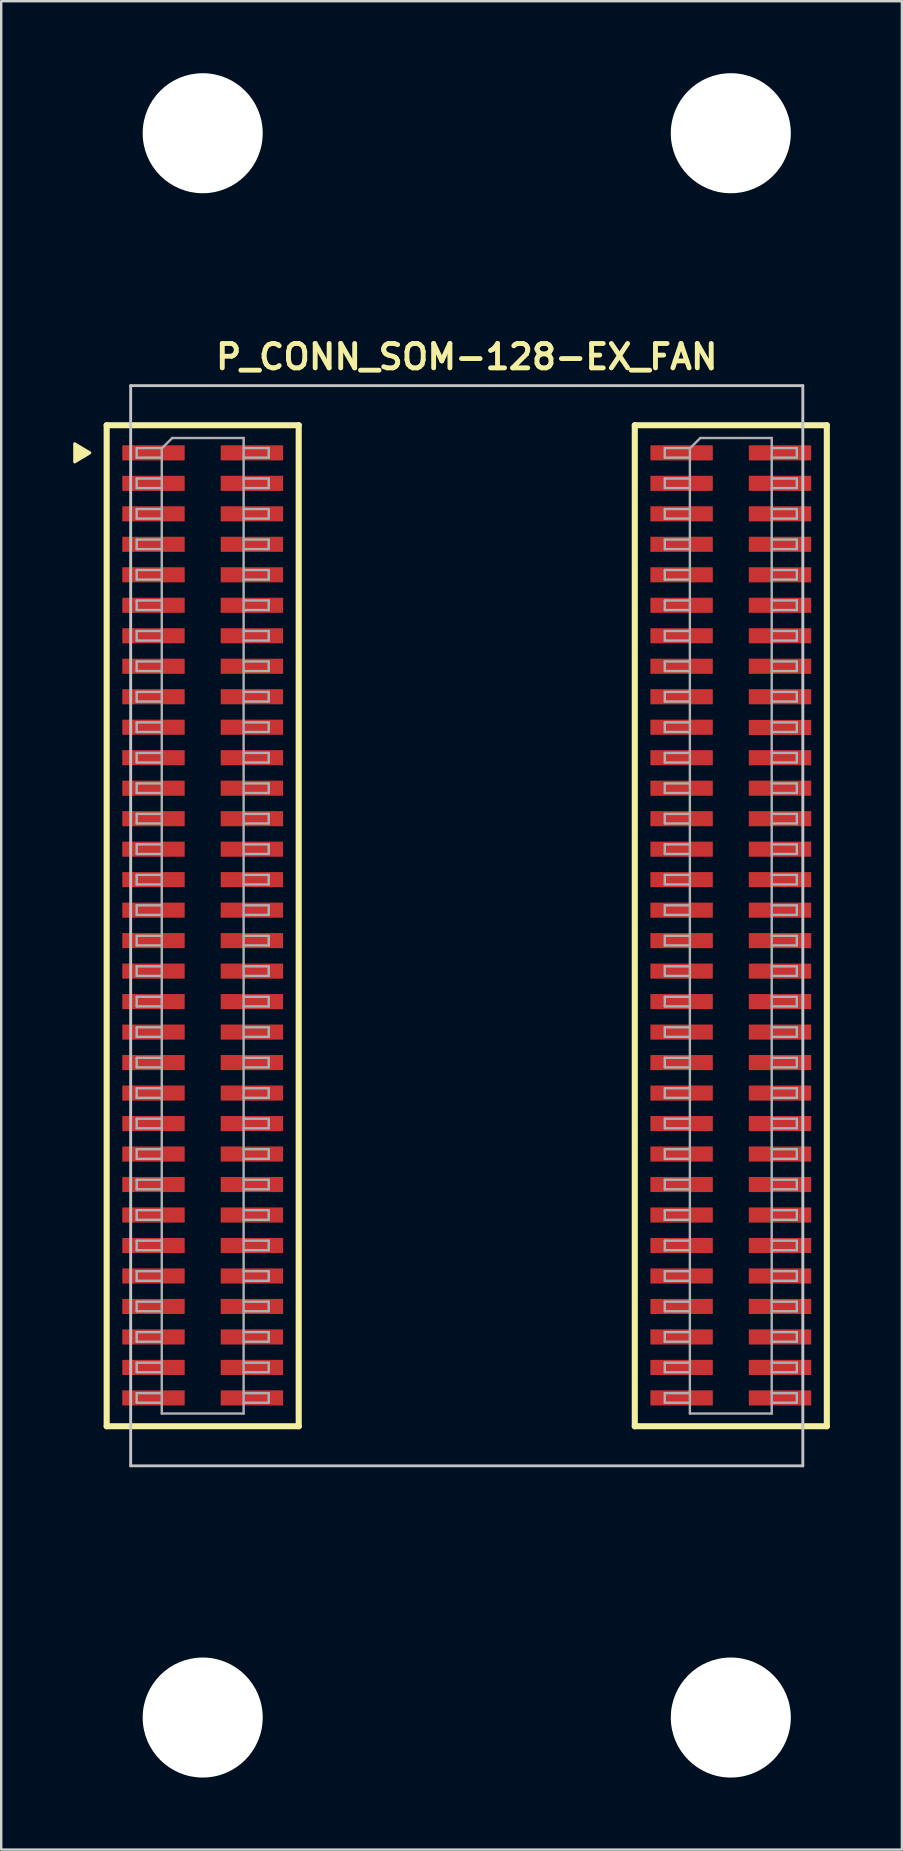
<source format=kicad_pcb>
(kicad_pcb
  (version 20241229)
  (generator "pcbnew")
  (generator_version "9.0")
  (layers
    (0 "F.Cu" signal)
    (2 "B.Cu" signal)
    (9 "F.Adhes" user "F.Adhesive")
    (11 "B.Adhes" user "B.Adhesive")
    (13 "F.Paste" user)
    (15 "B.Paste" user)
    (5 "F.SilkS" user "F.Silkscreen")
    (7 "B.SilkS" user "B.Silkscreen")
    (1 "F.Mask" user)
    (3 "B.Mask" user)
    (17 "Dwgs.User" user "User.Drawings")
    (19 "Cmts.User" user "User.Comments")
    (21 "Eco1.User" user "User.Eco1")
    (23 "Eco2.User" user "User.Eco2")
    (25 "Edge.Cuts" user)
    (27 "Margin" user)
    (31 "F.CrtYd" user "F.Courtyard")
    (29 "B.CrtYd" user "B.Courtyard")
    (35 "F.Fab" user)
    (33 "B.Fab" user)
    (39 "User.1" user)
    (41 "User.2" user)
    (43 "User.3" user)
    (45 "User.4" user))
  (footprint "P_CONN_SOM-128-EX_FAN"
    (layer "F.Cu")
    (at 5.394 15.815)
    (property "Reference" "P_CONN_SOM-128-EX_FAN" (at 11 -4 0) (layer "F.SilkS") (effects (font (size 1.016 1.016) (thickness 0.203))))
    (property "Value" "${VALUE}" (at 11 43 0) (layer "F.SilkS") (hide yes) (effects (font (size 1.016 0.914) (thickness 0.203) (italic yes))))
    (attr smd)
    (fp_line (start -4 -1.15) (end -4 40.55) (stroke (width 0.254) (type solid)) (layer "F.SilkS"))
    (fp_line (start -4 -1.15) (end 4 -1.15) (stroke (width 0.254) (type solid)) (layer "F.SilkS"))
    (fp_line (start -4 40.55) (end 4 40.55) (stroke (width 0.254) (type solid)) (layer "F.SilkS"))
    (fp_line (start 4 -1.15) (end 4 40.55) (stroke (width 0.254) (type solid)) (layer "F.SilkS"))
    (fp_line (start 18 -1.15) (end 18 40.55) (stroke (width 0.254) (type solid)) (layer "F.SilkS"))
    (fp_line (start 18 -1.15) (end 26 -1.15) (stroke (width 0.254) (type solid)) (layer "F.SilkS"))
    (fp_line (start 18 40.55) (end 26 40.55) (stroke (width 0.254) (type solid)) (layer "F.SilkS"))
    (fp_line (start 26 40.55) (end 26 -1.15) (stroke (width 0.254) (type solid)) (layer "F.SilkS"))
    (fp_poly (pts (xy -4.699 0) (xy -5.334 -0.381) (xy -5.334 0.381)) (stroke (width 0.12) (type solid)) (fill yes) (layer "F.SilkS"))
    (fp_line (start -3 -2.8) (end -3 42.2) (stroke (width 0.12) (type solid)) (layer "Dwgs.User"))
    (fp_line (start -3 -2.8) (end 25 -2.8) (stroke (width 0.12) (type solid)) (layer "Dwgs.User"))
    (fp_line (start -3 42.2) (end 25 42.2) (stroke (width 0.12) (type solid)) (layer "Dwgs.User"))
    (fp_line (start 25 -2.8) (end 25 42.2) (stroke (width 0.12) (type solid)) (layer "Dwgs.User"))
    (fp_line (start -2.75 -0.2) (end -2.75 0.2) (stroke (width 0.1) (type solid)) (layer "F.Fab"))
    (fp_line (start -2.75 0.2) (end -1.705 0.2) (stroke (width 0.1) (type solid)) (layer "F.Fab"))
    (fp_line (start -2.75 1.07) (end -2.75 1.47) (stroke (width 0.1) (type solid)) (layer "F.Fab"))
    (fp_line (start -2.75 1.47) (end -1.705 1.47) (stroke (width 0.1) (type solid)) (layer "F.Fab"))
    (fp_line (start -2.75 2.34) (end -2.75 2.74) (stroke (width 0.1) (type solid)) (layer "F.Fab"))
    (fp_line (start -2.75 2.74) (end -1.705 2.74) (stroke (width 0.1) (type solid)) (layer "F.Fab"))
    (fp_line (start -2.75 3.61) (end -2.75 4.01) (stroke (width 0.1) (type solid)) (layer "F.Fab"))
    (fp_line (start -2.75 4.01) (end -1.705 4.01) (stroke (width 0.1) (type solid)) (layer "F.Fab"))
    (fp_line (start -2.75 4.88) (end -2.75 5.28) (stroke (width 0.1) (type solid)) (layer "F.Fab"))
    (fp_line (start -2.75 5.28) (end -1.705 5.28) (stroke (width 0.1) (type solid)) (layer "F.Fab"))
    (fp_line (start -2.75 6.15) (end -2.75 6.55) (stroke (width 0.1) (type solid)) (layer "F.Fab"))
    (fp_line (start -2.75 6.55) (end -1.705 6.55) (stroke (width 0.1) (type solid)) (layer "F.Fab"))
    (fp_line (start -2.75 7.42) (end -2.75 7.82) (stroke (width 0.1) (type solid)) (layer "F.Fab"))
    (fp_line (start -2.75 7.82) (end -1.705 7.82) (stroke (width 0.1) (type solid)) (layer "F.Fab"))
    (fp_line (start -2.75 8.69) (end -2.75 9.09) (stroke (width 0.1) (type solid)) (layer "F.Fab"))
    (fp_line (start -2.75 9.09) (end -1.705 9.09) (stroke (width 0.1) (type solid)) (layer "F.Fab"))
    (fp_line (start -2.75 9.96) (end -2.75 10.36) (stroke (width 0.1) (type solid)) (layer "F.Fab"))
    (fp_line (start -2.75 10.36) (end -1.705 10.36) (stroke (width 0.1) (type solid)) (layer "F.Fab"))
    (fp_line (start -2.75 11.23) (end -2.75 11.63) (stroke (width 0.1) (type solid)) (layer "F.Fab"))
    (fp_line (start -2.75 11.63) (end -1.705 11.63) (stroke (width 0.1) (type solid)) (layer "F.Fab"))
    (fp_line (start -2.75 12.5) (end -2.75 12.9) (stroke (width 0.1) (type solid)) (layer "F.Fab"))
    (fp_line (start -2.75 12.9) (end -1.705 12.9) (stroke (width 0.1) (type solid)) (layer "F.Fab"))
    (fp_line (start -2.75 13.77) (end -2.75 14.17) (stroke (width 0.1) (type solid)) (layer "F.Fab"))
    (fp_line (start -2.75 14.17) (end -1.705 14.17) (stroke (width 0.1) (type solid)) (layer "F.Fab"))
    (fp_line (start -2.75 15.04) (end -2.75 15.44) (stroke (width 0.1) (type solid)) (layer "F.Fab"))
    (fp_line (start -2.75 15.44) (end -1.705 15.44) (stroke (width 0.1) (type solid)) (layer "F.Fab"))
    (fp_line (start -2.75 16.31) (end -2.75 16.71) (stroke (width 0.1) (type solid)) (layer "F.Fab"))
    (fp_line (start -2.75 16.71) (end -1.705 16.71) (stroke (width 0.1) (type solid)) (layer "F.Fab"))
    (fp_line (start -2.75 17.58) (end -2.75 17.98) (stroke (width 0.1) (type solid)) (layer "F.Fab"))
    (fp_line (start -2.75 17.98) (end -1.705 17.98) (stroke (width 0.1) (type solid)) (layer "F.Fab"))
    (fp_line (start -2.75 18.85) (end -2.75 19.25) (stroke (width 0.1) (type solid)) (layer "F.Fab"))
    (fp_line (start -2.75 19.25) (end -1.705 19.25) (stroke (width 0.1) (type solid)) (layer "F.Fab"))
    (fp_line (start -2.75 20.12) (end -2.75 20.52) (stroke (width 0.1) (type solid)) (layer "F.Fab"))
    (fp_line (start -2.75 20.52) (end -1.705 20.52) (stroke (width 0.1) (type solid)) (layer "F.Fab"))
    (fp_line (start -2.75 21.39) (end -2.75 21.79) (stroke (width 0.1) (type solid)) (layer "F.Fab"))
    (fp_line (start -2.75 21.79) (end -1.705 21.79) (stroke (width 0.1) (type solid)) (layer "F.Fab"))
    (fp_line (start -2.75 22.66) (end -2.75 23.06) (stroke (width 0.1) (type solid)) (layer "F.Fab"))
    (fp_line (start -2.75 23.06) (end -1.705 23.06) (stroke (width 0.1) (type solid)) (layer "F.Fab"))
    (fp_line (start -2.75 23.93) (end -2.75 24.33) (stroke (width 0.1) (type solid)) (layer "F.Fab"))
    (fp_line (start -2.75 24.33) (end -1.705 24.33) (stroke (width 0.1) (type solid)) (layer "F.Fab"))
    (fp_line (start -2.75 25.2) (end -2.75 25.6) (stroke (width 0.1) (type solid)) (layer "F.Fab"))
    (fp_line (start -2.75 25.6) (end -1.705 25.6) (stroke (width 0.1) (type solid)) (layer "F.Fab"))
    (fp_line (start -2.75 26.47) (end -2.75 26.87) (stroke (width 0.1) (type solid)) (layer "F.Fab"))
    (fp_line (start -2.75 26.87) (end -1.705 26.87) (stroke (width 0.1) (type solid)) (layer "F.Fab"))
    (fp_line (start -2.75 27.74) (end -2.75 28.14) (stroke (width 0.1) (type solid)) (layer "F.Fab"))
    (fp_line (start -2.75 28.14) (end -1.705 28.14) (stroke (width 0.1) (type solid)) (layer "F.Fab"))
    (fp_line (start -2.75 29.01) (end -2.75 29.41) (stroke (width 0.1) (type solid)) (layer "F.Fab"))
    (fp_line (start -2.75 29.41) (end -1.705 29.41) (stroke (width 0.1) (type solid)) (layer "F.Fab"))
    (fp_line (start -2.75 30.28) (end -2.75 30.68) (stroke (width 0.1) (type solid)) (layer "F.Fab"))
    (fp_line (start -2.75 30.68) (end -1.705 30.68) (stroke (width 0.1) (type solid)) (layer "F.Fab"))
    (fp_line (start -2.75 31.55) (end -2.75 31.95) (stroke (width 0.1) (type solid)) (layer "F.Fab"))
    (fp_line (start -2.75 31.95) (end -1.705 31.95) (stroke (width 0.1) (type solid)) (layer "F.Fab"))
    (fp_line (start -2.75 32.82) (end -2.75 33.22) (stroke (width 0.1) (type solid)) (layer "F.Fab"))
    (fp_line (start -2.75 33.22) (end -1.705 33.22) (stroke (width 0.1) (type solid)) (layer "F.Fab"))
    (fp_line (start -2.75 34.09) (end -2.75 34.49) (stroke (width 0.1) (type solid)) (layer "F.Fab"))
    (fp_line (start -2.75 34.49) (end -1.705 34.49) (stroke (width 0.1) (type solid)) (layer "F.Fab"))
    (fp_line (start -2.75 35.36) (end -2.75 35.76) (stroke (width 0.1) (type solid)) (layer "F.Fab"))
    (fp_line (start -2.75 35.76) (end -1.705 35.76) (stroke (width 0.1) (type solid)) (layer "F.Fab"))
    (fp_line (start -2.75 36.63) (end -2.75 37.03) (stroke (width 0.1) (type solid)) (layer "F.Fab"))
    (fp_line (start -2.75 37.03) (end -1.705 37.03) (stroke (width 0.1) (type solid)) (layer "F.Fab"))
    (fp_line (start -2.75 37.9) (end -2.75 38.3) (stroke (width 0.1) (type solid)) (layer "F.Fab"))
    (fp_line (start -2.75 38.3) (end -1.705 38.3) (stroke (width 0.1) (type solid)) (layer "F.Fab"))
    (fp_line (start -2.75 39.17) (end -2.75 39.57) (stroke (width 0.1) (type solid)) (layer "F.Fab"))
    (fp_line (start -2.75 39.57) (end -1.705 39.57) (stroke (width 0.1) (type solid)) (layer "F.Fab"))
    (fp_line (start -1.705 -0.2) (end -2.75 -0.2) (stroke (width 0.1) (type solid)) (layer "F.Fab"))
    (fp_line (start -1.705 -0.185) (end -1.27 -0.62) (stroke (width 0.1) (type solid)) (layer "F.Fab"))
    (fp_line (start -1.705 1.07) (end -2.75 1.07) (stroke (width 0.1) (type solid)) (layer "F.Fab"))
    (fp_line (start -1.705 2.34) (end -2.75 2.34) (stroke (width 0.1) (type solid)) (layer "F.Fab"))
    (fp_line (start -1.705 3.61) (end -2.75 3.61) (stroke (width 0.1) (type solid)) (layer "F.Fab"))
    (fp_line (start -1.705 4.88) (end -2.75 4.88) (stroke (width 0.1) (type solid)) (layer "F.Fab"))
    (fp_line (start -1.705 6.15) (end -2.75 6.15) (stroke (width 0.1) (type solid)) (layer "F.Fab"))
    (fp_line (start -1.705 7.42) (end -2.75 7.42) (stroke (width 0.1) (type solid)) (layer "F.Fab"))
    (fp_line (start -1.705 8.69) (end -2.75 8.69) (stroke (width 0.1) (type solid)) (layer "F.Fab"))
    (fp_line (start -1.705 9.96) (end -2.75 9.96) (stroke (width 0.1) (type solid)) (layer "F.Fab"))
    (fp_line (start -1.705 11.23) (end -2.75 11.23) (stroke (width 0.1) (type solid)) (layer "F.Fab"))
    (fp_line (start -1.705 12.5) (end -2.75 12.5) (stroke (width 0.1) (type solid)) (layer "F.Fab"))
    (fp_line (start -1.705 13.77) (end -2.75 13.77) (stroke (width 0.1) (type solid)) (layer "F.Fab"))
    (fp_line (start -1.705 15.04) (end -2.75 15.04) (stroke (width 0.1) (type solid)) (layer "F.Fab"))
    (fp_line (start -1.705 16.31) (end -2.75 16.31) (stroke (width 0.1) (type solid)) (layer "F.Fab"))
    (fp_line (start -1.705 17.58) (end -2.75 17.58) (stroke (width 0.1) (type solid)) (layer "F.Fab"))
    (fp_line (start -1.705 18.85) (end -2.75 18.85) (stroke (width 0.1) (type solid)) (layer "F.Fab"))
    (fp_line (start -1.705 20.12) (end -2.75 20.12) (stroke (width 0.1) (type solid)) (layer "F.Fab"))
    (fp_line (start -1.705 21.39) (end -2.75 21.39) (stroke (width 0.1) (type solid)) (layer "F.Fab"))
    (fp_line (start -1.705 22.66) (end -2.75 22.66) (stroke (width 0.1) (type solid)) (layer "F.Fab"))
    (fp_line (start -1.705 23.93) (end -2.75 23.93) (stroke (width 0.1) (type solid)) (layer "F.Fab"))
    (fp_line (start -1.705 25.2) (end -2.75 25.2) (stroke (width 0.1) (type solid)) (layer "F.Fab"))
    (fp_line (start -1.705 26.47) (end -2.75 26.47) (stroke (width 0.1) (type solid)) (layer "F.Fab"))
    (fp_line (start -1.705 27.74) (end -2.75 27.74) (stroke (width 0.1) (type solid)) (layer "F.Fab"))
    (fp_line (start -1.705 29.01) (end -2.75 29.01) (stroke (width 0.1) (type solid)) (layer "F.Fab"))
    (fp_line (start -1.705 30.28) (end -2.75 30.28) (stroke (width 0.1) (type solid)) (layer "F.Fab"))
    (fp_line (start -1.705 31.55) (end -2.75 31.55) (stroke (width 0.1) (type solid)) (layer "F.Fab"))
    (fp_line (start -1.705 32.82) (end -2.75 32.82) (stroke (width 0.1) (type solid)) (layer "F.Fab"))
    (fp_line (start -1.705 34.09) (end -2.75 34.09) (stroke (width 0.1) (type solid)) (layer "F.Fab"))
    (fp_line (start -1.705 35.36) (end -2.75 35.36) (stroke (width 0.1) (type solid)) (layer "F.Fab"))
    (fp_line (start -1.705 36.63) (end -2.75 36.63) (stroke (width 0.1) (type solid)) (layer "F.Fab"))
    (fp_line (start -1.705 37.9) (end -2.75 37.9) (stroke (width 0.1) (type solid)) (layer "F.Fab"))
    (fp_line (start -1.705 39.17) (end -2.75 39.17) (stroke (width 0.1) (type solid)) (layer "F.Fab"))
    (fp_line (start -1.705 40.02) (end -1.705 -0.185) (stroke (width 0.1) (type solid)) (layer "F.Fab"))
    (fp_line (start -1.27 -0.62) (end 1.705 -0.62) (stroke (width 0.1) (type solid)) (layer "F.Fab"))
    (fp_line (start 1.705 -0.62) (end 1.705 40.02) (stroke (width 0.1) (type solid)) (layer "F.Fab"))
    (fp_line (start 1.705 -0.2) (end 2.75 -0.2) (stroke (width 0.1) (type solid)) (layer "F.Fab"))
    (fp_line (start 1.705 1.07) (end 2.75 1.07) (stroke (width 0.1) (type solid)) (layer "F.Fab"))
    (fp_line (start 1.705 2.34) (end 2.75 2.34) (stroke (width 0.1) (type solid)) (layer "F.Fab"))
    (fp_line (start 1.705 3.61) (end 2.75 3.61) (stroke (width 0.1) (type solid)) (layer "F.Fab"))
    (fp_line (start 1.705 4.88) (end 2.75 4.88) (stroke (width 0.1) (type solid)) (layer "F.Fab"))
    (fp_line (start 1.705 6.15) (end 2.75 6.15) (stroke (width 0.1) (type solid)) (layer "F.Fab"))
    (fp_line (start 1.705 7.42) (end 2.75 7.42) (stroke (width 0.1) (type solid)) (layer "F.Fab"))
    (fp_line (start 1.705 8.69) (end 2.75 8.69) (stroke (width 0.1) (type solid)) (layer "F.Fab"))
    (fp_line (start 1.705 9.96) (end 2.75 9.96) (stroke (width 0.1) (type solid)) (layer "F.Fab"))
    (fp_line (start 1.705 11.23) (end 2.75 11.23) (stroke (width 0.1) (type solid)) (layer "F.Fab"))
    (fp_line (start 1.705 12.5) (end 2.75 12.5) (stroke (width 0.1) (type solid)) (layer "F.Fab"))
    (fp_line (start 1.705 13.77) (end 2.75 13.77) (stroke (width 0.1) (type solid)) (layer "F.Fab"))
    (fp_line (start 1.705 15.04) (end 2.75 15.04) (stroke (width 0.1) (type solid)) (layer "F.Fab"))
    (fp_line (start 1.705 16.31) (end 2.75 16.31) (stroke (width 0.1) (type solid)) (layer "F.Fab"))
    (fp_line (start 1.705 17.58) (end 2.75 17.58) (stroke (width 0.1) (type solid)) (layer "F.Fab"))
    (fp_line (start 1.705 18.85) (end 2.75 18.85) (stroke (width 0.1) (type solid)) (layer "F.Fab"))
    (fp_line (start 1.705 20.12) (end 2.75 20.12) (stroke (width 0.1) (type solid)) (layer "F.Fab"))
    (fp_line (start 1.705 21.39) (end 2.75 21.39) (stroke (width 0.1) (type solid)) (layer "F.Fab"))
    (fp_line (start 1.705 22.66) (end 2.75 22.66) (stroke (width 0.1) (type solid)) (layer "F.Fab"))
    (fp_line (start 1.705 23.93) (end 2.75 23.93) (stroke (width 0.1) (type solid)) (layer "F.Fab"))
    (fp_line (start 1.705 25.2) (end 2.75 25.2) (stroke (width 0.1) (type solid)) (layer "F.Fab"))
    (fp_line (start 1.705 26.47) (end 2.75 26.47) (stroke (width 0.1) (type solid)) (layer "F.Fab"))
    (fp_line (start 1.705 27.74) (end 2.75 27.74) (stroke (width 0.1) (type solid)) (layer "F.Fab"))
    (fp_line (start 1.705 29.01) (end 2.75 29.01) (stroke (width 0.1) (type solid)) (layer "F.Fab"))
    (fp_line (start 1.705 30.28) (end 2.75 30.28) (stroke (width 0.1) (type solid)) (layer "F.Fab"))
    (fp_line (start 1.705 31.55) (end 2.75 31.55) (stroke (width 0.1) (type solid)) (layer "F.Fab"))
    (fp_line (start 1.705 32.82) (end 2.75 32.82) (stroke (width 0.1) (type solid)) (layer "F.Fab"))
    (fp_line (start 1.705 34.09) (end 2.75 34.09) (stroke (width 0.1) (type solid)) (layer "F.Fab"))
    (fp_line (start 1.705 35.36) (end 2.75 35.36) (stroke (width 0.1) (type solid)) (layer "F.Fab"))
    (fp_line (start 1.705 36.63) (end 2.75 36.63) (stroke (width 0.1) (type solid)) (layer "F.Fab"))
    (fp_line (start 1.705 37.9) (end 2.75 37.9) (stroke (width 0.1) (type solid)) (layer "F.Fab"))
    (fp_line (start 1.705 39.17) (end 2.75 39.17) (stroke (width 0.1) (type solid)) (layer "F.Fab"))
    (fp_line (start 1.705 40.02) (end -1.705 40.02) (stroke (width 0.1) (type solid)) (layer "F.Fab"))
    (fp_line (start 2.75 -0.2) (end 2.75 0.2) (stroke (width 0.1) (type solid)) (layer "F.Fab"))
    (fp_line (start 2.75 0.2) (end 1.705 0.2) (stroke (width 0.1) (type solid)) (layer "F.Fab"))
    (fp_line (start 2.75 1.07) (end 2.75 1.47) (stroke (width 0.1) (type solid)) (layer "F.Fab"))
    (fp_line (start 2.75 1.47) (end 1.705 1.47) (stroke (width 0.1) (type solid)) (layer "F.Fab"))
    (fp_line (start 2.75 2.34) (end 2.75 2.74) (stroke (width 0.1) (type solid)) (layer "F.Fab"))
    (fp_line (start 2.75 2.74) (end 1.705 2.74) (stroke (width 0.1) (type solid)) (layer "F.Fab"))
    (fp_line (start 2.75 3.61) (end 2.75 4.01) (stroke (width 0.1) (type solid)) (layer "F.Fab"))
    (fp_line (start 2.75 4.01) (end 1.705 4.01) (stroke (width 0.1) (type solid)) (layer "F.Fab"))
    (fp_line (start 2.75 4.88) (end 2.75 5.28) (stroke (width 0.1) (type solid)) (layer "F.Fab"))
    (fp_line (start 2.75 5.28) (end 1.705 5.28) (stroke (width 0.1) (type solid)) (layer "F.Fab"))
    (fp_line (start 2.75 6.15) (end 2.75 6.55) (stroke (width 0.1) (type solid)) (layer "F.Fab"))
    (fp_line (start 2.75 6.55) (end 1.705 6.55) (stroke (width 0.1) (type solid)) (layer "F.Fab"))
    (fp_line (start 2.75 7.42) (end 2.75 7.82) (stroke (width 0.1) (type solid)) (layer "F.Fab"))
    (fp_line (start 2.75 7.82) (end 1.705 7.82) (stroke (width 0.1) (type solid)) (layer "F.Fab"))
    (fp_line (start 2.75 8.69) (end 2.75 9.09) (stroke (width 0.1) (type solid)) (layer "F.Fab"))
    (fp_line (start 2.75 9.09) (end 1.705 9.09) (stroke (width 0.1) (type solid)) (layer "F.Fab"))
    (fp_line (start 2.75 9.96) (end 2.75 10.36) (stroke (width 0.1) (type solid)) (layer "F.Fab"))
    (fp_line (start 2.75 10.36) (end 1.705 10.36) (stroke (width 0.1) (type solid)) (layer "F.Fab"))
    (fp_line (start 2.75 11.23) (end 2.75 11.63) (stroke (width 0.1) (type solid)) (layer "F.Fab"))
    (fp_line (start 2.75 11.63) (end 1.705 11.63) (stroke (width 0.1) (type solid)) (layer "F.Fab"))
    (fp_line (start 2.75 12.5) (end 2.75 12.9) (stroke (width 0.1) (type solid)) (layer "F.Fab"))
    (fp_line (start 2.75 12.9) (end 1.705 12.9) (stroke (width 0.1) (type solid)) (layer "F.Fab"))
    (fp_line (start 2.75 13.77) (end 2.75 14.17) (stroke (width 0.1) (type solid)) (layer "F.Fab"))
    (fp_line (start 2.75 14.17) (end 1.705 14.17) (stroke (width 0.1) (type solid)) (layer "F.Fab"))
    (fp_line (start 2.75 15.04) (end 2.75 15.44) (stroke (width 0.1) (type solid)) (layer "F.Fab"))
    (fp_line (start 2.75 15.44) (end 1.705 15.44) (stroke (width 0.1) (type solid)) (layer "F.Fab"))
    (fp_line (start 2.75 16.31) (end 2.75 16.71) (stroke (width 0.1) (type solid)) (layer "F.Fab"))
    (fp_line (start 2.75 16.71) (end 1.705 16.71) (stroke (width 0.1) (type solid)) (layer "F.Fab"))
    (fp_line (start 2.75 17.58) (end 2.75 17.98) (stroke (width 0.1) (type solid)) (layer "F.Fab"))
    (fp_line (start 2.75 17.98) (end 1.705 17.98) (stroke (width 0.1) (type solid)) (layer "F.Fab"))
    (fp_line (start 2.75 18.85) (end 2.75 19.25) (stroke (width 0.1) (type solid)) (layer "F.Fab"))
    (fp_line (start 2.75 19.25) (end 1.705 19.25) (stroke (width 0.1) (type solid)) (layer "F.Fab"))
    (fp_line (start 2.75 20.12) (end 2.75 20.52) (stroke (width 0.1) (type solid)) (layer "F.Fab"))
    (fp_line (start 2.75 20.52) (end 1.705 20.52) (stroke (width 0.1) (type solid)) (layer "F.Fab"))
    (fp_line (start 2.75 21.39) (end 2.75 21.79) (stroke (width 0.1) (type solid)) (layer "F.Fab"))
    (fp_line (start 2.75 21.79) (end 1.705 21.79) (stroke (width 0.1) (type solid)) (layer "F.Fab"))
    (fp_line (start 2.75 22.66) (end 2.75 23.06) (stroke (width 0.1) (type solid)) (layer "F.Fab"))
    (fp_line (start 2.75 23.06) (end 1.705 23.06) (stroke (width 0.1) (type solid)) (layer "F.Fab"))
    (fp_line (start 2.75 23.93) (end 2.75 24.33) (stroke (width 0.1) (type solid)) (layer "F.Fab"))
    (fp_line (start 2.75 24.33) (end 1.705 24.33) (stroke (width 0.1) (type solid)) (layer "F.Fab"))
    (fp_line (start 2.75 25.2) (end 2.75 25.6) (stroke (width 0.1) (type solid)) (layer "F.Fab"))
    (fp_line (start 2.75 25.6) (end 1.705 25.6) (stroke (width 0.1) (type solid)) (layer "F.Fab"))
    (fp_line (start 2.75 26.47) (end 2.75 26.87) (stroke (width 0.1) (type solid)) (layer "F.Fab"))
    (fp_line (start 2.75 26.87) (end 1.705 26.87) (stroke (width 0.1) (type solid)) (layer "F.Fab"))
    (fp_line (start 2.75 27.74) (end 2.75 28.14) (stroke (width 0.1) (type solid)) (layer "F.Fab"))
    (fp_line (start 2.75 28.14) (end 1.705 28.14) (stroke (width 0.1) (type solid)) (layer "F.Fab"))
    (fp_line (start 2.75 29.01) (end 2.75 29.41) (stroke (width 0.1) (type solid)) (layer "F.Fab"))
    (fp_line (start 2.75 29.41) (end 1.705 29.41) (stroke (width 0.1) (type solid)) (layer "F.Fab"))
    (fp_line (start 2.75 30.28) (end 2.75 30.68) (stroke (width 0.1) (type solid)) (layer "F.Fab"))
    (fp_line (start 2.75 30.68) (end 1.705 30.68) (stroke (width 0.1) (type solid)) (layer "F.Fab"))
    (fp_line (start 2.75 31.55) (end 2.75 31.95) (stroke (width 0.1) (type solid)) (layer "F.Fab"))
    (fp_line (start 2.75 31.95) (end 1.705 31.95) (stroke (width 0.1) (type solid)) (layer "F.Fab"))
    (fp_line (start 2.75 32.82) (end 2.75 33.22) (stroke (width 0.1) (type solid)) (layer "F.Fab"))
    (fp_line (start 2.75 33.22) (end 1.705 33.22) (stroke (width 0.1) (type solid)) (layer "F.Fab"))
    (fp_line (start 2.75 34.09) (end 2.75 34.49) (stroke (width 0.1) (type solid)) (layer "F.Fab"))
    (fp_line (start 2.75 34.49) (end 1.705 34.49) (stroke (width 0.1) (type solid)) (layer "F.Fab"))
    (fp_line (start 2.75 35.36) (end 2.75 35.76) (stroke (width 0.1) (type solid)) (layer "F.Fab"))
    (fp_line (start 2.75 35.76) (end 1.705 35.76) (stroke (width 0.1) (type solid)) (layer "F.Fab"))
    (fp_line (start 2.75 36.63) (end 2.75 37.03) (stroke (width 0.1) (type solid)) (layer "F.Fab"))
    (fp_line (start 2.75 37.03) (end 1.705 37.03) (stroke (width 0.1) (type solid)) (layer "F.Fab"))
    (fp_line (start 2.75 37.9) (end 2.75 38.3) (stroke (width 0.1) (type solid)) (layer "F.Fab"))
    (fp_line (start 2.75 38.3) (end 1.705 38.3) (stroke (width 0.1) (type solid)) (layer "F.Fab"))
    (fp_line (start 2.75 39.17) (end 2.75 39.57) (stroke (width 0.1) (type solid)) (layer "F.Fab"))
    (fp_line (start 2.75 39.57) (end 1.705 39.57) (stroke (width 0.1) (type solid)) (layer "F.Fab"))
    (fp_line (start 19.25 -0.2) (end 19.25 0.2) (stroke (width 0.1) (type solid)) (layer "F.Fab"))
    (fp_line (start 19.25 0.2) (end 20.295 0.2) (stroke (width 0.1) (type solid)) (layer "F.Fab"))
    (fp_line (start 19.25 1.07) (end 19.25 1.47) (stroke (width 0.1) (type solid)) (layer "F.Fab"))
    (fp_line (start 19.25 1.47) (end 20.295 1.47) (stroke (width 0.1) (type solid)) (layer "F.Fab"))
    (fp_line (start 19.25 2.34) (end 19.25 2.74) (stroke (width 0.1) (type solid)) (layer "F.Fab"))
    (fp_line (start 19.25 2.74) (end 20.295 2.74) (stroke (width 0.1) (type solid)) (layer "F.Fab"))
    (fp_line (start 19.25 3.61) (end 19.25 4.01) (stroke (width 0.1) (type solid)) (layer "F.Fab"))
    (fp_line (start 19.25 4.01) (end 20.295 4.01) (stroke (width 0.1) (type solid)) (layer "F.Fab"))
    (fp_line (start 19.25 4.88) (end 19.25 5.28) (stroke (width 0.1) (type solid)) (layer "F.Fab"))
    (fp_line (start 19.25 5.28) (end 20.295 5.28) (stroke (width 0.1) (type solid)) (layer "F.Fab"))
    (fp_line (start 19.25 6.15) (end 19.25 6.55) (stroke (width 0.1) (type solid)) (layer "F.Fab"))
    (fp_line (start 19.25 6.55) (end 20.295 6.55) (stroke (width 0.1) (type solid)) (layer "F.Fab"))
    (fp_line (start 19.25 7.42) (end 19.25 7.82) (stroke (width 0.1) (type solid)) (layer "F.Fab"))
    (fp_line (start 19.25 7.82) (end 20.295 7.82) (stroke (width 0.1) (type solid)) (layer "F.Fab"))
    (fp_line (start 19.25 8.69) (end 19.25 9.09) (stroke (width 0.1) (type solid)) (layer "F.Fab"))
    (fp_line (start 19.25 9.09) (end 20.295 9.09) (stroke (width 0.1) (type solid)) (layer "F.Fab"))
    (fp_line (start 19.25 9.96) (end 19.25 10.36) (stroke (width 0.1) (type solid)) (layer "F.Fab"))
    (fp_line (start 19.25 10.36) (end 20.295 10.36) (stroke (width 0.1) (type solid)) (layer "F.Fab"))
    (fp_line (start 19.25 11.23) (end 19.25 11.63) (stroke (width 0.1) (type solid)) (layer "F.Fab"))
    (fp_line (start 19.25 11.63) (end 20.295 11.63) (stroke (width 0.1) (type solid)) (layer "F.Fab"))
    (fp_line (start 19.25 12.5) (end 19.25 12.9) (stroke (width 0.1) (type solid)) (layer "F.Fab"))
    (fp_line (start 19.25 12.9) (end 20.295 12.9) (stroke (width 0.1) (type solid)) (layer "F.Fab"))
    (fp_line (start 19.25 13.77) (end 19.25 14.17) (stroke (width 0.1) (type solid)) (layer "F.Fab"))
    (fp_line (start 19.25 14.17) (end 20.295 14.17) (stroke (width 0.1) (type solid)) (layer "F.Fab"))
    (fp_line (start 19.25 15.04) (end 19.25 15.44) (stroke (width 0.1) (type solid)) (layer "F.Fab"))
    (fp_line (start 19.25 15.44) (end 20.295 15.44) (stroke (width 0.1) (type solid)) (layer "F.Fab"))
    (fp_line (start 19.25 16.31) (end 19.25 16.71) (stroke (width 0.1) (type solid)) (layer "F.Fab"))
    (fp_line (start 19.25 16.71) (end 20.295 16.71) (stroke (width 0.1) (type solid)) (layer "F.Fab"))
    (fp_line (start 19.25 17.58) (end 19.25 17.98) (stroke (width 0.1) (type solid)) (layer "F.Fab"))
    (fp_line (start 19.25 17.98) (end 20.295 17.98) (stroke (width 0.1) (type solid)) (layer "F.Fab"))
    (fp_line (start 19.25 18.85) (end 19.25 19.25) (stroke (width 0.1) (type solid)) (layer "F.Fab"))
    (fp_line (start 19.25 19.25) (end 20.295 19.25) (stroke (width 0.1) (type solid)) (layer "F.Fab"))
    (fp_line (start 19.25 20.12) (end 19.25 20.52) (stroke (width 0.1) (type solid)) (layer "F.Fab"))
    (fp_line (start 19.25 20.52) (end 20.295 20.52) (stroke (width 0.1) (type solid)) (layer "F.Fab"))
    (fp_line (start 19.25 21.39) (end 19.25 21.79) (stroke (width 0.1) (type solid)) (layer "F.Fab"))
    (fp_line (start 19.25 21.79) (end 20.295 21.79) (stroke (width 0.1) (type solid)) (layer "F.Fab"))
    (fp_line (start 19.25 22.66) (end 19.25 23.06) (stroke (width 0.1) (type solid)) (layer "F.Fab"))
    (fp_line (start 19.25 23.06) (end 20.295 23.06) (stroke (width 0.1) (type solid)) (layer "F.Fab"))
    (fp_line (start 19.25 23.93) (end 19.25 24.33) (stroke (width 0.1) (type solid)) (layer "F.Fab"))
    (fp_line (start 19.25 24.33) (end 20.295 24.33) (stroke (width 0.1) (type solid)) (layer "F.Fab"))
    (fp_line (start 19.25 25.2) (end 19.25 25.6) (stroke (width 0.1) (type solid)) (layer "F.Fab"))
    (fp_line (start 19.25 25.6) (end 20.295 25.6) (stroke (width 0.1) (type solid)) (layer "F.Fab"))
    (fp_line (start 19.25 26.47) (end 19.25 26.87) (stroke (width 0.1) (type solid)) (layer "F.Fab"))
    (fp_line (start 19.25 26.87) (end 20.295 26.87) (stroke (width 0.1) (type solid)) (layer "F.Fab"))
    (fp_line (start 19.25 27.74) (end 19.25 28.14) (stroke (width 0.1) (type solid)) (layer "F.Fab"))
    (fp_line (start 19.25 28.14) (end 20.295 28.14) (stroke (width 0.1) (type solid)) (layer "F.Fab"))
    (fp_line (start 19.25 29.01) (end 19.25 29.41) (stroke (width 0.1) (type solid)) (layer "F.Fab"))
    (fp_line (start 19.25 29.41) (end 20.295 29.41) (stroke (width 0.1) (type solid)) (layer "F.Fab"))
    (fp_line (start 19.25 30.28) (end 19.25 30.68) (stroke (width 0.1) (type solid)) (layer "F.Fab"))
    (fp_line (start 19.25 30.68) (end 20.295 30.68) (stroke (width 0.1) (type solid)) (layer "F.Fab"))
    (fp_line (start 19.25 31.55) (end 19.25 31.95) (stroke (width 0.1) (type solid)) (layer "F.Fab"))
    (fp_line (start 19.25 31.95) (end 20.295 31.95) (stroke (width 0.1) (type solid)) (layer "F.Fab"))
    (fp_line (start 19.25 32.82) (end 19.25 33.22) (stroke (width 0.1) (type solid)) (layer "F.Fab"))
    (fp_line (start 19.25 33.22) (end 20.295 33.22) (stroke (width 0.1) (type solid)) (layer "F.Fab"))
    (fp_line (start 19.25 34.09) (end 19.25 34.49) (stroke (width 0.1) (type solid)) (layer "F.Fab"))
    (fp_line (start 19.25 34.49) (end 20.295 34.49) (stroke (width 0.1) (type solid)) (layer "F.Fab"))
    (fp_line (start 19.25 35.36) (end 19.25 35.76) (stroke (width 0.1) (type solid)) (layer "F.Fab"))
    (fp_line (start 19.25 35.76) (end 20.295 35.76) (stroke (width 0.1) (type solid)) (layer "F.Fab"))
    (fp_line (start 19.25 36.63) (end 19.25 37.03) (stroke (width 0.1) (type solid)) (layer "F.Fab"))
    (fp_line (start 19.25 37.03) (end 20.295 37.03) (stroke (width 0.1) (type solid)) (layer "F.Fab"))
    (fp_line (start 19.25 37.9) (end 19.25 38.3) (stroke (width 0.1) (type solid)) (layer "F.Fab"))
    (fp_line (start 19.25 38.3) (end 20.295 38.3) (stroke (width 0.1) (type solid)) (layer "F.Fab"))
    (fp_line (start 19.25 39.17) (end 19.25 39.57) (stroke (width 0.1) (type solid)) (layer "F.Fab"))
    (fp_line (start 19.25 39.57) (end 20.295 39.57) (stroke (width 0.1) (type solid)) (layer "F.Fab"))
    (fp_line (start 20.295 -0.2) (end 19.25 -0.2) (stroke (width 0.1) (type solid)) (layer "F.Fab"))
    (fp_line (start 20.295 -0.185) (end 20.73 -0.62) (stroke (width 0.1) (type solid)) (layer "F.Fab"))
    (fp_line (start 20.295 1.07) (end 19.25 1.07) (stroke (width 0.1) (type solid)) (layer "F.Fab"))
    (fp_line (start 20.295 2.34) (end 19.25 2.34) (stroke (width 0.1) (type solid)) (layer "F.Fab"))
    (fp_line (start 20.295 3.61) (end 19.25 3.61) (stroke (width 0.1) (type solid)) (layer "F.Fab"))
    (fp_line (start 20.295 4.88) (end 19.25 4.88) (stroke (width 0.1) (type solid)) (layer "F.Fab"))
    (fp_line (start 20.295 6.15) (end 19.25 6.15) (stroke (width 0.1) (type solid)) (layer "F.Fab"))
    (fp_line (start 20.295 7.42) (end 19.25 7.42) (stroke (width 0.1) (type solid)) (layer "F.Fab"))
    (fp_line (start 20.295 8.69) (end 19.25 8.69) (stroke (width 0.1) (type solid)) (layer "F.Fab"))
    (fp_line (start 20.295 9.96) (end 19.25 9.96) (stroke (width 0.1) (type solid)) (layer "F.Fab"))
    (fp_line (start 20.295 11.23) (end 19.25 11.23) (stroke (width 0.1) (type solid)) (layer "F.Fab"))
    (fp_line (start 20.295 12.5) (end 19.25 12.5) (stroke (width 0.1) (type solid)) (layer "F.Fab"))
    (fp_line (start 20.295 13.77) (end 19.25 13.77) (stroke (width 0.1) (type solid)) (layer "F.Fab"))
    (fp_line (start 20.295 15.04) (end 19.25 15.04) (stroke (width 0.1) (type solid)) (layer "F.Fab"))
    (fp_line (start 20.295 16.31) (end 19.25 16.31) (stroke (width 0.1) (type solid)) (layer "F.Fab"))
    (fp_line (start 20.295 17.58) (end 19.25 17.58) (stroke (width 0.1) (type solid)) (layer "F.Fab"))
    (fp_line (start 20.295 18.85) (end 19.25 18.85) (stroke (width 0.1) (type solid)) (layer "F.Fab"))
    (fp_line (start 20.295 20.12) (end 19.25 20.12) (stroke (width 0.1) (type solid)) (layer "F.Fab"))
    (fp_line (start 20.295 21.39) (end 19.25 21.39) (stroke (width 0.1) (type solid)) (layer "F.Fab"))
    (fp_line (start 20.295 22.66) (end 19.25 22.66) (stroke (width 0.1) (type solid)) (layer "F.Fab"))
    (fp_line (start 20.295 23.93) (end 19.25 23.93) (stroke (width 0.1) (type solid)) (layer "F.Fab"))
    (fp_line (start 20.295 25.2) (end 19.25 25.2) (stroke (width 0.1) (type solid)) (layer "F.Fab"))
    (fp_line (start 20.295 26.47) (end 19.25 26.47) (stroke (width 0.1) (type solid)) (layer "F.Fab"))
    (fp_line (start 20.295 27.74) (end 19.25 27.74) (stroke (width 0.1) (type solid)) (layer "F.Fab"))
    (fp_line (start 20.295 29.01) (end 19.25 29.01) (stroke (width 0.1) (type solid)) (layer "F.Fab"))
    (fp_line (start 20.295 30.28) (end 19.25 30.28) (stroke (width 0.1) (type solid)) (layer "F.Fab"))
    (fp_line (start 20.295 31.55) (end 19.25 31.55) (stroke (width 0.1) (type solid)) (layer "F.Fab"))
    (fp_line (start 20.295 32.82) (end 19.25 32.82) (stroke (width 0.1) (type solid)) (layer "F.Fab"))
    (fp_line (start 20.295 34.09) (end 19.25 34.09) (stroke (width 0.1) (type solid)) (layer "F.Fab"))
    (fp_line (start 20.295 35.36) (end 19.25 35.36) (stroke (width 0.1) (type solid)) (layer "F.Fab"))
    (fp_line (start 20.295 36.63) (end 19.25 36.63) (stroke (width 0.1) (type solid)) (layer "F.Fab"))
    (fp_line (start 20.295 37.9) (end 19.25 37.9) (stroke (width 0.1) (type solid)) (layer "F.Fab"))
    (fp_line (start 20.295 39.17) (end 19.25 39.17) (stroke (width 0.1) (type solid)) (layer "F.Fab"))
    (fp_line (start 20.295 40.02) (end 20.295 -0.185) (stroke (width 0.1) (type solid)) (layer "F.Fab"))
    (fp_line (start 20.73 -0.62) (end 23.705 -0.62) (stroke (width 0.1) (type solid)) (layer "F.Fab"))
    (fp_line (start 23.705 -0.62) (end 23.705 40.02) (stroke (width 0.1) (type solid)) (layer "F.Fab"))
    (fp_line (start 23.705 -0.2) (end 24.75 -0.2) (stroke (width 0.1) (type solid)) (layer "F.Fab"))
    (fp_line (start 23.705 1.07) (end 24.75 1.07) (stroke (width 0.1) (type solid)) (layer "F.Fab"))
    (fp_line (start 23.705 2.34) (end 24.75 2.34) (stroke (width 0.1) (type solid)) (layer "F.Fab"))
    (fp_line (start 23.705 3.61) (end 24.75 3.61) (stroke (width 0.1) (type solid)) (layer "F.Fab"))
    (fp_line (start 23.705 4.88) (end 24.75 4.88) (stroke (width 0.1) (type solid)) (layer "F.Fab"))
    (fp_line (start 23.705 6.15) (end 24.75 6.15) (stroke (width 0.1) (type solid)) (layer "F.Fab"))
    (fp_line (start 23.705 7.42) (end 24.75 7.42) (stroke (width 0.1) (type solid)) (layer "F.Fab"))
    (fp_line (start 23.705 8.69) (end 24.75 8.69) (stroke (width 0.1) (type solid)) (layer "F.Fab"))
    (fp_line (start 23.705 9.96) (end 24.75 9.96) (stroke (width 0.1) (type solid)) (layer "F.Fab"))
    (fp_line (start 23.705 11.23) (end 24.75 11.23) (stroke (width 0.1) (type solid)) (layer "F.Fab"))
    (fp_line (start 23.705 12.5) (end 24.75 12.5) (stroke (width 0.1) (type solid)) (layer "F.Fab"))
    (fp_line (start 23.705 13.77) (end 24.75 13.77) (stroke (width 0.1) (type solid)) (layer "F.Fab"))
    (fp_line (start 23.705 15.04) (end 24.75 15.04) (stroke (width 0.1) (type solid)) (layer "F.Fab"))
    (fp_line (start 23.705 16.31) (end 24.75 16.31) (stroke (width 0.1) (type solid)) (layer "F.Fab"))
    (fp_line (start 23.705 17.58) (end 24.75 17.58) (stroke (width 0.1) (type solid)) (layer "F.Fab"))
    (fp_line (start 23.705 18.85) (end 24.75 18.85) (stroke (width 0.1) (type solid)) (layer "F.Fab"))
    (fp_line (start 23.705 20.12) (end 24.75 20.12) (stroke (width 0.1) (type solid)) (layer "F.Fab"))
    (fp_line (start 23.705 21.39) (end 24.75 21.39) (stroke (width 0.1) (type solid)) (layer "F.Fab"))
    (fp_line (start 23.705 22.66) (end 24.75 22.66) (stroke (width 0.1) (type solid)) (layer "F.Fab"))
    (fp_line (start 23.705 23.93) (end 24.75 23.93) (stroke (width 0.1) (type solid)) (layer "F.Fab"))
    (fp_line (start 23.705 25.2) (end 24.75 25.2) (stroke (width 0.1) (type solid)) (layer "F.Fab"))
    (fp_line (start 23.705 26.47) (end 24.75 26.47) (stroke (width 0.1) (type solid)) (layer "F.Fab"))
    (fp_line (start 23.705 27.74) (end 24.75 27.74) (stroke (width 0.1) (type solid)) (layer "F.Fab"))
    (fp_line (start 23.705 29.01) (end 24.75 29.01) (stroke (width 0.1) (type solid)) (layer "F.Fab"))
    (fp_line (start 23.705 30.28) (end 24.75 30.28) (stroke (width 0.1) (type solid)) (layer "F.Fab"))
    (fp_line (start 23.705 31.55) (end 24.75 31.55) (stroke (width 0.1) (type solid)) (layer "F.Fab"))
    (fp_line (start 23.705 32.82) (end 24.75 32.82) (stroke (width 0.1) (type solid)) (layer "F.Fab"))
    (fp_line (start 23.705 34.09) (end 24.75 34.09) (stroke (width 0.1) (type solid)) (layer "F.Fab"))
    (fp_line (start 23.705 35.36) (end 24.75 35.36) (stroke (width 0.1) (type solid)) (layer "F.Fab"))
    (fp_line (start 23.705 36.63) (end 24.75 36.63) (stroke (width 0.1) (type solid)) (layer "F.Fab"))
    (fp_line (start 23.705 37.9) (end 24.75 37.9) (stroke (width 0.1) (type solid)) (layer "F.Fab"))
    (fp_line (start 23.705 39.17) (end 24.75 39.17) (stroke (width 0.1) (type solid)) (layer "F.Fab"))
    (fp_line (start 23.705 40.02) (end 20.295 40.02) (stroke (width 0.1) (type solid)) (layer "F.Fab"))
    (fp_line (start 24.75 -0.2) (end 24.75 0.2) (stroke (width 0.1) (type solid)) (layer "F.Fab"))
    (fp_line (start 24.75 0.2) (end 23.705 0.2) (stroke (width 0.1) (type solid)) (layer "F.Fab"))
    (fp_line (start 24.75 1.07) (end 24.75 1.47) (stroke (width 0.1) (type solid)) (layer "F.Fab"))
    (fp_line (start 24.75 1.47) (end 23.705 1.47) (stroke (width 0.1) (type solid)) (layer "F.Fab"))
    (fp_line (start 24.75 2.34) (end 24.75 2.74) (stroke (width 0.1) (type solid)) (layer "F.Fab"))
    (fp_line (start 24.75 2.74) (end 23.705 2.74) (stroke (width 0.1) (type solid)) (layer "F.Fab"))
    (fp_line (start 24.75 3.61) (end 24.75 4.01) (stroke (width 0.1) (type solid)) (layer "F.Fab"))
    (fp_line (start 24.75 4.01) (end 23.705 4.01) (stroke (width 0.1) (type solid)) (layer "F.Fab"))
    (fp_line (start 24.75 4.88) (end 24.75 5.28) (stroke (width 0.1) (type solid)) (layer "F.Fab"))
    (fp_line (start 24.75 5.28) (end 23.705 5.28) (stroke (width 0.1) (type solid)) (layer "F.Fab"))
    (fp_line (start 24.75 6.15) (end 24.75 6.55) (stroke (width 0.1) (type solid)) (layer "F.Fab"))
    (fp_line (start 24.75 6.55) (end 23.705 6.55) (stroke (width 0.1) (type solid)) (layer "F.Fab"))
    (fp_line (start 24.75 7.42) (end 24.75 7.82) (stroke (width 0.1) (type solid)) (layer "F.Fab"))
    (fp_line (start 24.75 7.82) (end 23.705 7.82) (stroke (width 0.1) (type solid)) (layer "F.Fab"))
    (fp_line (start 24.75 8.69) (end 24.75 9.09) (stroke (width 0.1) (type solid)) (layer "F.Fab"))
    (fp_line (start 24.75 9.09) (end 23.705 9.09) (stroke (width 0.1) (type solid)) (layer "F.Fab"))
    (fp_line (start 24.75 9.96) (end 24.75 10.36) (stroke (width 0.1) (type solid)) (layer "F.Fab"))
    (fp_line (start 24.75 10.36) (end 23.705 10.36) (stroke (width 0.1) (type solid)) (layer "F.Fab"))
    (fp_line (start 24.75 11.23) (end 24.75 11.63) (stroke (width 0.1) (type solid)) (layer "F.Fab"))
    (fp_line (start 24.75 11.63) (end 23.705 11.63) (stroke (width 0.1) (type solid)) (layer "F.Fab"))
    (fp_line (start 24.75 12.5) (end 24.75 12.9) (stroke (width 0.1) (type solid)) (layer "F.Fab"))
    (fp_line (start 24.75 12.9) (end 23.705 12.9) (stroke (width 0.1) (type solid)) (layer "F.Fab"))
    (fp_line (start 24.75 13.77) (end 24.75 14.17) (stroke (width 0.1) (type solid)) (layer "F.Fab"))
    (fp_line (start 24.75 14.17) (end 23.705 14.17) (stroke (width 0.1) (type solid)) (layer "F.Fab"))
    (fp_line (start 24.75 15.04) (end 24.75 15.44) (stroke (width 0.1) (type solid)) (layer "F.Fab"))
    (fp_line (start 24.75 15.44) (end 23.705 15.44) (stroke (width 0.1) (type solid)) (layer "F.Fab"))
    (fp_line (start 24.75 16.31) (end 24.75 16.71) (stroke (width 0.1) (type solid)) (layer "F.Fab"))
    (fp_line (start 24.75 16.71) (end 23.705 16.71) (stroke (width 0.1) (type solid)) (layer "F.Fab"))
    (fp_line (start 24.75 17.58) (end 24.75 17.98) (stroke (width 0.1) (type solid)) (layer "F.Fab"))
    (fp_line (start 24.75 17.98) (end 23.705 17.98) (stroke (width 0.1) (type solid)) (layer "F.Fab"))
    (fp_line (start 24.75 18.85) (end 24.75 19.25) (stroke (width 0.1) (type solid)) (layer "F.Fab"))
    (fp_line (start 24.75 19.25) (end 23.705 19.25) (stroke (width 0.1) (type solid)) (layer "F.Fab"))
    (fp_line (start 24.75 20.12) (end 24.75 20.52) (stroke (width 0.1) (type solid)) (layer "F.Fab"))
    (fp_line (start 24.75 20.52) (end 23.705 20.52) (stroke (width 0.1) (type solid)) (layer "F.Fab"))
    (fp_line (start 24.75 21.39) (end 24.75 21.79) (stroke (width 0.1) (type solid)) (layer "F.Fab"))
    (fp_line (start 24.75 21.79) (end 23.705 21.79) (stroke (width 0.1) (type solid)) (layer "F.Fab"))
    (fp_line (start 24.75 22.66) (end 24.75 23.06) (stroke (width 0.1) (type solid)) (layer "F.Fab"))
    (fp_line (start 24.75 23.06) (end 23.705 23.06) (stroke (width 0.1) (type solid)) (layer "F.Fab"))
    (fp_line (start 24.75 23.93) (end 24.75 24.33) (stroke (width 0.1) (type solid)) (layer "F.Fab"))
    (fp_line (start 24.75 24.33) (end 23.705 24.33) (stroke (width 0.1) (type solid)) (layer "F.Fab"))
    (fp_line (start 24.75 25.2) (end 24.75 25.6) (stroke (width 0.1) (type solid)) (layer "F.Fab"))
    (fp_line (start 24.75 25.6) (end 23.705 25.6) (stroke (width 0.1) (type solid)) (layer "F.Fab"))
    (fp_line (start 24.75 26.47) (end 24.75 26.87) (stroke (width 0.1) (type solid)) (layer "F.Fab"))
    (fp_line (start 24.75 26.87) (end 23.705 26.87) (stroke (width 0.1) (type solid)) (layer "F.Fab"))
    (fp_line (start 24.75 27.74) (end 24.75 28.14) (stroke (width 0.1) (type solid)) (layer "F.Fab"))
    (fp_line (start 24.75 28.14) (end 23.705 28.14) (stroke (width 0.1) (type solid)) (layer "F.Fab"))
    (fp_line (start 24.75 29.01) (end 24.75 29.41) (stroke (width 0.1) (type solid)) (layer "F.Fab"))
    (fp_line (start 24.75 29.41) (end 23.705 29.41) (stroke (width 0.1) (type solid)) (layer "F.Fab"))
    (fp_line (start 24.75 30.28) (end 24.75 30.68) (stroke (width 0.1) (type solid)) (layer "F.Fab"))
    (fp_line (start 24.75 30.68) (end 23.705 30.68) (stroke (width 0.1) (type solid)) (layer "F.Fab"))
    (fp_line (start 24.75 31.55) (end 24.75 31.95) (stroke (width 0.1) (type solid)) (layer "F.Fab"))
    (fp_line (start 24.75 31.95) (end 23.705 31.95) (stroke (width 0.1) (type solid)) (layer "F.Fab"))
    (fp_line (start 24.75 32.82) (end 24.75 33.22) (stroke (width 0.1) (type solid)) (layer "F.Fab"))
    (fp_line (start 24.75 33.22) (end 23.705 33.22) (stroke (width 0.1) (type solid)) (layer "F.Fab"))
    (fp_line (start 24.75 34.09) (end 24.75 34.49) (stroke (width 0.1) (type solid)) (layer "F.Fab"))
    (fp_line (start 24.75 34.49) (end 23.705 34.49) (stroke (width 0.1) (type solid)) (layer "F.Fab"))
    (fp_line (start 24.75 35.36) (end 24.75 35.76) (stroke (width 0.1) (type solid)) (layer "F.Fab"))
    (fp_line (start 24.75 35.76) (end 23.705 35.76) (stroke (width 0.1) (type solid)) (layer "F.Fab"))
    (fp_line (start 24.75 36.63) (end 24.75 37.03) (stroke (width 0.1) (type solid)) (layer "F.Fab"))
    (fp_line (start 24.75 37.03) (end 23.705 37.03) (stroke (width 0.1) (type solid)) (layer "F.Fab"))
    (fp_line (start 24.75 37.9) (end 24.75 38.3) (stroke (width 0.1) (type solid)) (layer "F.Fab"))
    (fp_line (start 24.75 38.3) (end 23.705 38.3) (stroke (width 0.1) (type solid)) (layer "F.Fab"))
    (fp_line (start 24.75 39.17) (end 24.75 39.57) (stroke (width 0.1) (type solid)) (layer "F.Fab"))
    (fp_line (start 24.75 39.57) (end 23.705 39.57) (stroke (width 0.1) (type solid)) (layer "F.Fab"))
    (pad "" np_thru_hole circle (at 0 -13.315) (size 5 5) (drill 5) (layers "*.Cu" "*.Mask"))
    (pad "" np_thru_hole circle (at 0 52.685) (size 5 5) (drill 5) (layers "*.Cu" "*.Mask"))
    (pad "" np_thru_hole circle (at 22 -13.315) (size 5 5) (drill 5) (layers "*.Cu" "*.Mask"))
    (pad "" np_thru_hole circle (at 22 52.685) (size 5 5) (drill 5) (layers "*.Cu" "*.Mask"))
    (pad "A1" smd rect (at -2.05 0) (size 2.6 0.63) (layers "F.Cu" "F.Mask" "F.Paste"))
    (pad "A2" smd rect (at 2.05 0) (size 2.6 0.63) (layers "F.Cu" "F.Mask" "F.Paste"))
    (pad "A3" smd rect (at -2.05 1.27) (size 2.6 0.63) (layers "F.Cu" "F.Mask" "F.Paste"))
    (pad "A4" smd rect (at 2.05 1.27) (size 2.6 0.63) (layers "F.Cu" "F.Mask" "F.Paste"))
    (pad "A5" smd rect (at -2.05 2.54) (size 2.6 0.63) (layers "F.Cu" "F.Mask" "F.Paste"))
    (pad "A6" smd rect (at 2.05 2.54) (size 2.6 0.63) (layers "F.Cu" "F.Mask" "F.Paste"))
    (pad "A7" smd rect (at -2.05 3.81) (size 2.6 0.63) (layers "F.Cu" "F.Mask" "F.Paste"))
    (pad "A8" smd rect (at 2.05 3.81) (size 2.6 0.63) (layers "F.Cu" "F.Mask" "F.Paste"))
    (pad "A9" smd rect (at -2.05 5.08) (size 2.6 0.63) (layers "F.Cu" "F.Mask" "F.Paste"))
    (pad "A10" smd rect (at 2.05 5.08) (size 2.6 0.63) (layers "F.Cu" "F.Mask" "F.Paste"))
    (pad "A11" smd rect (at -2.05 6.35) (size 2.6 0.63) (layers "F.Cu" "F.Mask" "F.Paste"))
    (pad "A12" smd rect (at 2.05 6.35) (size 2.6 0.63) (layers "F.Cu" "F.Mask" "F.Paste"))
    (pad "A13" smd rect (at -2.05 7.62) (size 2.6 0.63) (layers "F.Cu" "F.Mask" "F.Paste"))
    (pad "A14" smd rect (at 2.05 7.62) (size 2.6 0.63) (layers "F.Cu" "F.Mask" "F.Paste"))
    (pad "A15" smd rect (at -2.05 8.89) (size 2.6 0.63) (layers "F.Cu" "F.Mask" "F.Paste"))
    (pad "A16" smd rect (at 2.05 8.89) (size 2.6 0.63) (layers "F.Cu" "F.Mask" "F.Paste"))
    (pad "A17" smd rect (at -2.05 10.16) (size 2.6 0.63) (layers "F.Cu" "F.Mask" "F.Paste"))
    (pad "A18" smd rect (at 2.05 10.16) (size 2.6 0.63) (layers "F.Cu" "F.Mask" "F.Paste"))
    (pad "A19" smd rect (at -2.05 11.43) (size 2.6 0.63) (layers "F.Cu" "F.Mask" "F.Paste"))
    (pad "A20" smd rect (at 2.05 11.43) (size 2.6 0.63) (layers "F.Cu" "F.Mask" "F.Paste"))
    (pad "A21" smd rect (at -2.05 12.7) (size 2.6 0.63) (layers "F.Cu" "F.Mask" "F.Paste"))
    (pad "A22" smd rect (at 2.05 12.7) (size 2.6 0.63) (layers "F.Cu" "F.Mask" "F.Paste"))
    (pad "A23" smd rect (at -2.05 13.97) (size 2.6 0.63) (layers "F.Cu" "F.Mask" "F.Paste"))
    (pad "A24" smd rect (at 2.05 13.97) (size 2.6 0.63) (layers "F.Cu" "F.Mask" "F.Paste"))
    (pad "A25" smd rect (at -2.05 15.24) (size 2.6 0.63) (layers "F.Cu" "F.Mask" "F.Paste"))
    (pad "A26" smd rect (at 2.05 15.24) (size 2.6 0.63) (layers "F.Cu" "F.Mask" "F.Paste"))
    (pad "A27" smd rect (at -2.05 16.51) (size 2.6 0.63) (layers "F.Cu" "F.Mask" "F.Paste"))
    (pad "A28" smd rect (at 2.05 16.51) (size 2.6 0.63) (layers "F.Cu" "F.Mask" "F.Paste"))
    (pad "A29" smd rect (at -2.05 17.78) (size 2.6 0.63) (layers "F.Cu" "F.Mask" "F.Paste"))
    (pad "A30" smd rect (at 2.05 17.78) (size 2.6 0.63) (layers "F.Cu" "F.Mask" "F.Paste"))
    (pad "A31" smd rect (at -2.05 19.05) (size 2.6 0.63) (layers "F.Cu" "F.Mask" "F.Paste"))
    (pad "A32" smd rect (at 2.05 19.05) (size 2.6 0.63) (layers "F.Cu" "F.Mask" "F.Paste"))
    (pad "A33" smd rect (at -2.05 20.32) (size 2.6 0.63) (layers "F.Cu" "F.Mask" "F.Paste"))
    (pad "A34" smd rect (at 2.05 20.32) (size 2.6 0.63) (layers "F.Cu" "F.Mask" "F.Paste"))
    (pad "A35" smd rect (at -2.05 21.59) (size 2.6 0.63) (layers "F.Cu" "F.Mask" "F.Paste"))
    (pad "A36" smd rect (at 2.05 21.59) (size 2.6 0.63) (layers "F.Cu" "F.Mask" "F.Paste"))
    (pad "A37" smd rect (at -2.05 22.86) (size 2.6 0.63) (layers "F.Cu" "F.Mask" "F.Paste"))
    (pad "A38" smd rect (at 2.05 22.86) (size 2.6 0.63) (layers "F.Cu" "F.Mask" "F.Paste"))
    (pad "A39" smd rect (at -2.05 24.13) (size 2.6 0.63) (layers "F.Cu" "F.Mask" "F.Paste"))
    (pad "A40" smd rect (at 2.05 24.13) (size 2.6 0.63) (layers "F.Cu" "F.Mask" "F.Paste"))
    (pad "A41" smd rect (at -2.05 25.4) (size 2.6 0.63) (layers "F.Cu" "F.Mask" "F.Paste"))
    (pad "A42" smd rect (at 2.05 25.4) (size 2.6 0.63) (layers "F.Cu" "F.Mask" "F.Paste"))
    (pad "A43" smd rect (at -2.05 26.67) (size 2.6 0.63) (layers "F.Cu" "F.Mask" "F.Paste"))
    (pad "A44" smd rect (at 2.05 26.67) (size 2.6 0.63) (layers "F.Cu" "F.Mask" "F.Paste"))
    (pad "A45" smd rect (at -2.05 27.94) (size 2.6 0.63) (layers "F.Cu" "F.Mask" "F.Paste"))
    (pad "A46" smd rect (at 2.05 27.94) (size 2.6 0.63) (layers "F.Cu" "F.Mask" "F.Paste"))
    (pad "A47" smd rect (at -2.05 29.21) (size 2.6 0.63) (layers "F.Cu" "F.Mask" "F.Paste"))
    (pad "A48" smd rect (at 2.05 29.21) (size 2.6 0.63) (layers "F.Cu" "F.Mask" "F.Paste"))
    (pad "A49" smd rect (at -2.05 30.48) (size 2.6 0.63) (layers "F.Cu" "F.Mask" "F.Paste"))
    (pad "A50" smd rect (at 2.05 30.48) (size 2.6 0.63) (layers "F.Cu" "F.Mask" "F.Paste"))
    (pad "A51" smd rect (at -2.05 31.75) (size 2.6 0.63) (layers "F.Cu" "F.Mask" "F.Paste"))
    (pad "A52" smd rect (at 2.05 31.75) (size 2.6 0.63) (layers "F.Cu" "F.Mask" "F.Paste"))
    (pad "A53" smd rect (at -2.05 33.02) (size 2.6 0.63) (layers "F.Cu" "F.Mask" "F.Paste"))
    (pad "A54" smd rect (at 2.05 33.02) (size 2.6 0.63) (layers "F.Cu" "F.Mask" "F.Paste"))
    (pad "A55" smd rect (at -2.05 34.29) (size 2.6 0.63) (layers "F.Cu" "F.Mask" "F.Paste"))
    (pad "A56" smd rect (at 2.05 34.29) (size 2.6 0.63) (layers "F.Cu" "F.Mask" "F.Paste"))
    (pad "A57" smd rect (at -2.05 35.56) (size 2.6 0.63) (layers "F.Cu" "F.Mask" "F.Paste"))
    (pad "A58" smd rect (at 2.05 35.56) (size 2.6 0.63) (layers "F.Cu" "F.Mask" "F.Paste"))
    (pad "A59" smd rect (at -2.05 36.83) (size 2.6 0.63) (layers "F.Cu" "F.Mask" "F.Paste"))
    (pad "A60" smd rect (at 2.05 36.83) (size 2.6 0.63) (layers "F.Cu" "F.Mask" "F.Paste"))
    (pad "A61" smd rect (at -2.05 38.1) (size 2.6 0.63) (layers "F.Cu" "F.Mask" "F.Paste"))
    (pad "A62" smd rect (at 2.05 38.1) (size 2.6 0.63) (layers "F.Cu" "F.Mask" "F.Paste"))
    (pad "A63" smd rect (at -2.05 39.37) (size 2.6 0.63) (layers "F.Cu" "F.Mask" "F.Paste"))
    (pad "A64" smd rect (at 2.05 39.37) (size 2.6 0.63) (layers "F.Cu" "F.Mask" "F.Paste"))
    (pad "B1" smd rect (at 19.95 0) (size 2.6 0.63) (layers "F.Cu" "F.Mask" "F.Paste"))
    (pad "B2" smd rect (at 24.05 0) (size 2.6 0.63) (layers "F.Cu" "F.Mask" "F.Paste"))
    (pad "B3" smd rect (at 19.95 1.27) (size 2.6 0.63) (layers "F.Cu" "F.Mask" "F.Paste"))
    (pad "B4" smd rect (at 24.05 1.27) (size 2.6 0.63) (layers "F.Cu" "F.Mask" "F.Paste"))
    (pad "B5" smd rect (at 19.95 2.54) (size 2.6 0.63) (layers "F.Cu" "F.Mask" "F.Paste"))
    (pad "B6" smd rect (at 24.05 2.54) (size 2.6 0.63) (layers "F.Cu" "F.Mask" "F.Paste"))
    (pad "B7" smd rect (at 19.95 3.81) (size 2.6 0.63) (layers "F.Cu" "F.Mask" "F.Paste"))
    (pad "B8" smd rect (at 24.05 3.81) (size 2.6 0.63) (layers "F.Cu" "F.Mask" "F.Paste"))
    (pad "B9" smd rect (at 19.95 5.08) (size 2.6 0.63) (layers "F.Cu" "F.Mask" "F.Paste"))
    (pad "B10" smd rect (at 24.05 5.08) (size 2.6 0.63) (layers "F.Cu" "F.Mask" "F.Paste"))
    (pad "B11" smd rect (at 19.95 6.35) (size 2.6 0.63) (layers "F.Cu" "F.Mask" "F.Paste"))
    (pad "B12" smd rect (at 24.05 6.35) (size 2.6 0.63) (layers "F.Cu" "F.Mask" "F.Paste"))
    (pad "B13" smd rect (at 19.95 7.62) (size 2.6 0.63) (layers "F.Cu" "F.Mask" "F.Paste"))
    (pad "B14" smd rect (at 24.05 7.62) (size 2.6 0.63) (layers "F.Cu" "F.Mask" "F.Paste"))
    (pad "B15" smd rect (at 19.95 8.89) (size 2.6 0.63) (layers "F.Cu" "F.Mask" "F.Paste"))
    (pad "B16" smd rect (at 24.05 8.89) (size 2.6 0.63) (layers "F.Cu" "F.Mask" "F.Paste"))
    (pad "B17" smd rect (at 19.95 10.16) (size 2.6 0.63) (layers "F.Cu" "F.Mask" "F.Paste"))
    (pad "B18" smd rect (at 24.05 10.16) (size 2.6 0.63) (layers "F.Cu" "F.Mask" "F.Paste"))
    (pad "B19" smd rect (at 19.95 11.43) (size 2.6 0.63) (layers "F.Cu" "F.Mask" "F.Paste"))
    (pad "B20" smd rect (at 24.05 11.44) (size 2.6 0.63) (layers "F.Cu" "F.Mask" "F.Paste"))
    (pad "B21" smd rect (at 19.95 12.7) (size 2.6 0.63) (layers "F.Cu" "F.Mask" "F.Paste"))
    (pad "B22" smd rect (at 24.05 12.7) (size 2.6 0.63) (layers "F.Cu" "F.Mask" "F.Paste"))
    (pad "B23" smd rect (at 19.95 13.97) (size 2.6 0.63) (layers "F.Cu" "F.Mask" "F.Paste"))
    (pad "B24" smd rect (at 24.05 13.97) (size 2.6 0.63) (layers "F.Cu" "F.Mask" "F.Paste"))
    (pad "B25" smd rect (at 19.95 15.24) (size 2.6 0.63) (layers "F.Cu" "F.Mask" "F.Paste"))
    (pad "B26" smd rect (at 24.05 15.24) (size 2.6 0.63) (layers "F.Cu" "F.Mask" "F.Paste"))
    (pad "B27" smd rect (at 19.95 16.51) (size 2.6 0.63) (layers "F.Cu" "F.Mask" "F.Paste"))
    (pad "B28" smd rect (at 24.05 16.51) (size 2.6 0.63) (layers "F.Cu" "F.Mask" "F.Paste"))
    (pad "B29" smd rect (at 19.95 17.78) (size 2.6 0.63) (layers "F.Cu" "F.Mask" "F.Paste"))
    (pad "B30" smd rect (at 24.05 17.78) (size 2.6 0.63) (layers "F.Cu" "F.Mask" "F.Paste"))
    (pad "B31" smd rect (at 19.95 19.05) (size 2.6 0.63) (layers "F.Cu" "F.Mask" "F.Paste"))
    (pad "B32" smd rect (at 24.05 19.05) (size 2.6 0.63) (layers "F.Cu" "F.Mask" "F.Paste"))
    (pad "B33" smd rect (at 19.95 20.32) (size 2.6 0.63) (layers "F.Cu" "F.Mask" "F.Paste"))
    (pad "B34" smd rect (at 24.05 20.32) (size 2.6 0.63) (layers "F.Cu" "F.Mask" "F.Paste"))
    (pad "B35" smd rect (at 19.95 21.59) (size 2.6 0.63) (layers "F.Cu" "F.Mask" "F.Paste"))
    (pad "B36" smd rect (at 24.05 21.59) (size 2.6 0.63) (layers "F.Cu" "F.Mask" "F.Paste"))
    (pad "B37" smd rect (at 19.95 22.86) (size 2.6 0.63) (layers "F.Cu" "F.Mask" "F.Paste"))
    (pad "B38" smd rect (at 24.05 22.86) (size 2.6 0.63) (layers "F.Cu" "F.Mask" "F.Paste"))
    (pad "B39" smd rect (at 19.95 24.13) (size 2.6 0.63) (layers "F.Cu" "F.Mask" "F.Paste"))
    (pad "B40" smd rect (at 24.05 24.13) (size 2.6 0.63) (layers "F.Cu" "F.Mask" "F.Paste"))
    (pad "B41" smd rect (at 19.95 25.4) (size 2.6 0.63) (layers "F.Cu" "F.Mask" "F.Paste"))
    (pad "B42" smd rect (at 24.05 25.4) (size 2.6 0.63) (layers "F.Cu" "F.Mask" "F.Paste"))
    (pad "B43" smd rect (at 19.95 26.67) (size 2.6 0.63) (layers "F.Cu" "F.Mask" "F.Paste"))
    (pad "B44" smd rect (at 24.05 26.67) (size 2.6 0.63) (layers "F.Cu" "F.Mask" "F.Paste"))
    (pad "B45" smd rect (at 19.95 27.94) (size 2.6 0.63) (layers "F.Cu" "F.Mask" "F.Paste"))
    (pad "B46" smd rect (at 24.05 27.94) (size 2.6 0.63) (layers "F.Cu" "F.Mask" "F.Paste"))
    (pad "B47" smd rect (at 19.95 29.21) (size 2.6 0.63) (layers "F.Cu" "F.Mask" "F.Paste"))
    (pad "B48" smd rect (at 24.05 29.21) (size 2.6 0.63) (layers "F.Cu" "F.Mask" "F.Paste"))
    (pad "B49" smd rect (at 19.95 30.48) (size 2.6 0.63) (layers "F.Cu" "F.Mask" "F.Paste"))
    (pad "B50" smd rect (at 24.05 30.48) (size 2.6 0.63) (layers "F.Cu" "F.Mask" "F.Paste"))
    (pad "B51" smd rect (at 19.95 31.75) (size 2.6 0.63) (layers "F.Cu" "F.Mask" "F.Paste"))
    (pad "B52" smd rect (at 24.05 31.75) (size 2.6 0.63) (layers "F.Cu" "F.Mask" "F.Paste"))
    (pad "B53" smd rect (at 19.95 33.02) (size 2.6 0.63) (layers "F.Cu" "F.Mask" "F.Paste"))
    (pad "B54" smd rect (at 24.05 33.02) (size 2.6 0.63) (layers "F.Cu" "F.Mask" "F.Paste"))
    (pad "B55" smd rect (at 19.95 34.29) (size 2.6 0.63) (layers "F.Cu" "F.Mask" "F.Paste"))
    (pad "B56" smd rect (at 24.05 34.29) (size 2.6 0.63) (layers "F.Cu" "F.Mask" "F.Paste"))
    (pad "B57" smd rect (at 19.95 35.56) (size 2.6 0.63) (layers "F.Cu" "F.Mask" "F.Paste"))
    (pad "B58" smd rect (at 24.05 35.56) (size 2.6 0.63) (layers "F.Cu" "F.Mask" "F.Paste"))
    (pad "B59" smd rect (at 19.95 36.83) (size 2.6 0.63) (layers "F.Cu" "F.Mask" "F.Paste"))
    (pad "B60" smd rect (at 24.05 36.83) (size 2.6 0.63) (layers "F.Cu" "F.Mask" "F.Paste"))
    (pad "B61" smd rect (at 19.95 38.1) (size 2.6 0.63) (layers "F.Cu" "F.Mask" "F.Paste"))
    (pad "B62" smd rect (at 24.05 38.1) (size 2.6 0.63) (layers "F.Cu" "F.Mask" "F.Paste"))
    (pad "B63" smd rect (at 19.95 39.37) (size 2.6 0.63) (layers "F.Cu" "F.Mask" "F.Paste"))
    (pad "B64" smd rect (at 24.05 39.37) (size 2.6 0.63) (layers "F.Cu" "F.Mask" "F.Paste")))
  (gr_rect
    (start -3 -3)
    (end 34.521 74)
    (stroke (width 0.1) (type default))
    (fill no)
    (layer "Edge.Cuts")))
</source>
